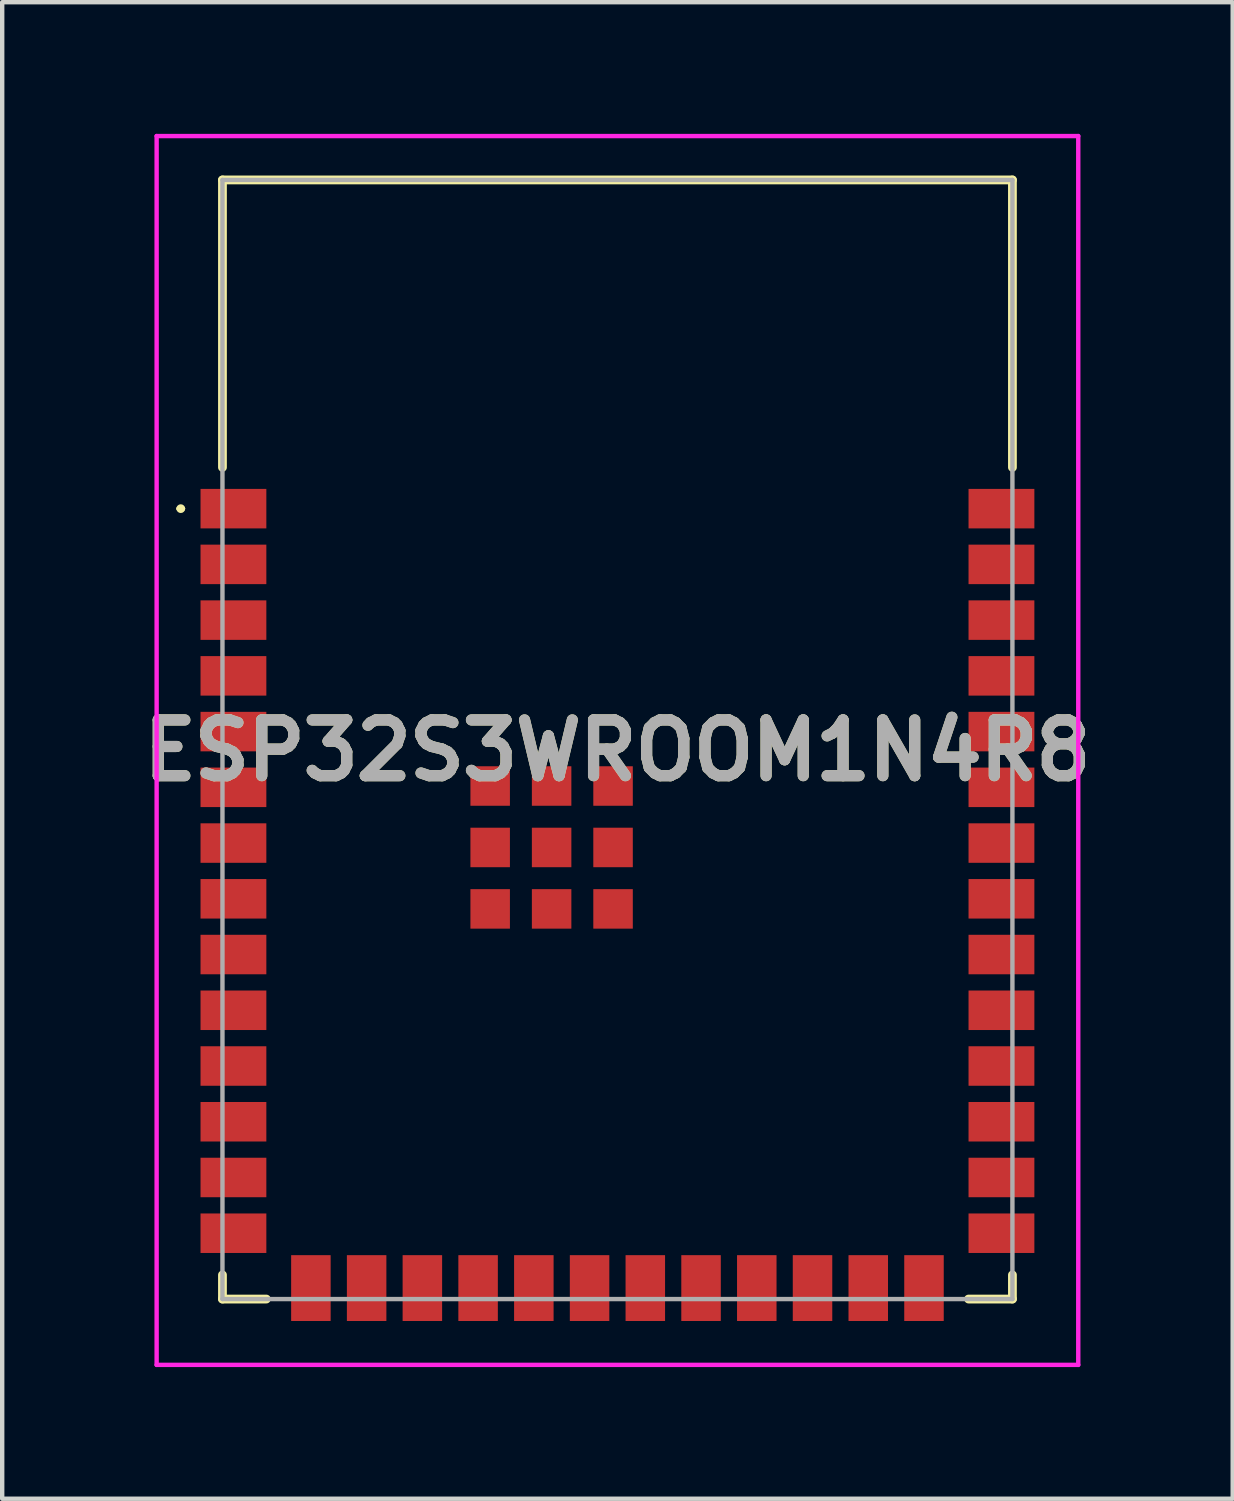
<source format=kicad_pcb>
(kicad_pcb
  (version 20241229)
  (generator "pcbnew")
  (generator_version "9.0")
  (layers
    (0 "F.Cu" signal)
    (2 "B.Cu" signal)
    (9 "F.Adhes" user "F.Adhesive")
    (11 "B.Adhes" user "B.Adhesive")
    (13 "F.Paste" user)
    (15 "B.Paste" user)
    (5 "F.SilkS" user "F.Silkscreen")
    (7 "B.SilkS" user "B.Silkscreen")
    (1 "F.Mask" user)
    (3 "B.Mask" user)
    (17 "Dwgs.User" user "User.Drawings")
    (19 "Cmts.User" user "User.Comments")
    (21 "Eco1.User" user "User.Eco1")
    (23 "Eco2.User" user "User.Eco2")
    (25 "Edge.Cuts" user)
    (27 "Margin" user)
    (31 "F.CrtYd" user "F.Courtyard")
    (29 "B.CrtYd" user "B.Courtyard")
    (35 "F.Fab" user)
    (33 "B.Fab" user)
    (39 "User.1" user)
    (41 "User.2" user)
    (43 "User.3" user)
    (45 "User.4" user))
  (footprint "ESP32S3WROOM1N4R8"
    (layer "F.Cu")
    (at 11.019 14.05)
    (property "Reference" "ESP32S3WROOM1N4R8" (at 0 0 0) (layer "F.SilkS") (effects (font (size 1.27 1.27) (thickness 0.254))))
    (attr smd)
    (fp_line (start -10 -5.51) (end -10 -5.51) (stroke (width 0.1) (type solid)) (layer "F.SilkS"))
    (fp_line (start -9.9 -5.51) (end -9.9 -5.51) (stroke (width 0.1) (type solid)) (layer "F.SilkS"))
    (fp_line (start -9 -13) (end 9 -13) (stroke (width 0.2) (type solid)) (layer "F.SilkS"))
    (fp_line (start -9 -6.45) (end -9 -13) (stroke (width 0.2) (type solid)) (layer "F.SilkS"))
    (fp_line (start -9 11.95) (end -9 12.5) (stroke (width 0.2) (type solid)) (layer "F.SilkS"))
    (fp_line (start -9 12.5) (end -8 12.5) (stroke (width 0.2) (type solid)) (layer "F.SilkS"))
    (fp_line (start 8 12.5) (end 9 12.5) (stroke (width 0.2) (type solid)) (layer "F.SilkS"))
    (fp_line (start 9 -13) (end 9 -6.45) (stroke (width 0.2) (type solid)) (layer "F.SilkS"))
    (fp_line (start 9 12.5) (end 9 11.95) (stroke (width 0.2) (type solid)) (layer "F.SilkS"))
    (fp_arc (start -10 -5.51) (mid -9.95 -5.56) (end -9.9 -5.51) (stroke (width 0.1) (type solid)) (layer "F.SilkS"))
    (fp_arc (start -9.9 -5.51) (mid -9.95 -5.46) (end -10 -5.51) (stroke (width 0.1) (type solid)) (layer "F.SilkS"))
    (fp_line (start -10.5 -14) (end 10.5 -14) (stroke (width 0.1) (type solid)) (layer "F.CrtYd"))
    (fp_line (start -10.5 14) (end -10.5 -14) (stroke (width 0.1) (type solid)) (layer "F.CrtYd"))
    (fp_line (start 10.5 -14) (end 10.5 14) (stroke (width 0.1) (type solid)) (layer "F.CrtYd"))
    (fp_line (start 10.5 14) (end -10.5 14) (stroke (width 0.1) (type solid)) (layer "F.CrtYd"))
    (fp_line (start -9 -13) (end -9 12.5) (stroke (width 0.1) (type solid)) (layer "F.Fab"))
    (fp_line (start -9 12.5) (end 9 12.5) (stroke (width 0.1) (type solid)) (layer "F.Fab"))
    (fp_line (start 9 -13) (end -9 -13) (stroke (width 0.1) (type solid)) (layer "F.Fab"))
    (fp_line (start 9 12.5) (end 9 -13) (stroke (width 0.1) (type solid)) (layer "F.Fab"))
    (fp_text user "${REFERENCE}" (at 0 0 0) (layer "F.Fab") (effects (font (size 1.27 1.27) (thickness 0.254))))
    (pad "1" smd rect (at -8.75 -5.51 90) (size 0.9 1.5) (layers "F.Cu" "F.Mask" "F.Paste"))
    (pad "2" smd rect (at -8.75 -4.24 90) (size 0.9 1.5) (layers "F.Cu" "F.Mask" "F.Paste"))
    (pad "3" smd rect (at -8.75 -2.97 90) (size 0.9 1.5) (layers "F.Cu" "F.Mask" "F.Paste"))
    (pad "4" smd rect (at -8.75 -1.7 90) (size 0.9 1.5) (layers "F.Cu" "F.Mask" "F.Paste"))
    (pad "5" smd rect (at -8.75 -0.43 90) (size 0.9 1.5) (layers "F.Cu" "F.Mask" "F.Paste"))
    (pad "6" smd rect (at -8.75 0.84 90) (size 0.9 1.5) (layers "F.Cu" "F.Mask" "F.Paste"))
    (pad "7" smd rect (at -8.75 2.11 90) (size 0.9 1.5) (layers "F.Cu" "F.Mask" "F.Paste"))
    (pad "8" smd rect (at -8.75 3.38 90) (size 0.9 1.5) (layers "F.Cu" "F.Mask" "F.Paste"))
    (pad "9" smd rect (at -8.75 4.65 90) (size 0.9 1.5) (layers "F.Cu" "F.Mask" "F.Paste"))
    (pad "10" smd rect (at -8.75 5.92 90) (size 0.9 1.5) (layers "F.Cu" "F.Mask" "F.Paste"))
    (pad "11" smd rect (at -8.75 7.19 90) (size 0.9 1.5) (layers "F.Cu" "F.Mask" "F.Paste"))
    (pad "12" smd rect (at -8.75 8.46 90) (size 0.9 1.5) (layers "F.Cu" "F.Mask" "F.Paste"))
    (pad "13" smd rect (at -8.75 9.73 90) (size 0.9 1.5) (layers "F.Cu" "F.Mask" "F.Paste"))
    (pad "14" smd rect (at -8.75 11 90) (size 0.9 1.5) (layers "F.Cu" "F.Mask" "F.Paste"))
    (pad "15" smd rect (at -6.985 12.25) (size 0.9 1.5) (layers "F.Cu" "F.Mask" "F.Paste"))
    (pad "16" smd rect (at -5.715 12.25) (size 0.9 1.5) (layers "F.Cu" "F.Mask" "F.Paste"))
    (pad "17" smd rect (at -4.445 12.25) (size 0.9 1.5) (layers "F.Cu" "F.Mask" "F.Paste"))
    (pad "18" smd rect (at -3.175 12.25) (size 0.9 1.5) (layers "F.Cu" "F.Mask" "F.Paste"))
    (pad "19" smd rect (at -1.905 12.25) (size 0.9 1.5) (layers "F.Cu" "F.Mask" "F.Paste"))
    (pad "20" smd rect (at -0.635 12.25) (size 0.9 1.5) (layers "F.Cu" "F.Mask" "F.Paste"))
    (pad "21" smd rect (at 0.635 12.25) (size 0.9 1.5) (layers "F.Cu" "F.Mask" "F.Paste"))
    (pad "22" smd rect (at 1.905 12.25) (size 0.9 1.5) (layers "F.Cu" "F.Mask" "F.Paste"))
    (pad "23" smd rect (at 3.175 12.25) (size 0.9 1.5) (layers "F.Cu" "F.Mask" "F.Paste"))
    (pad "24" smd rect (at 4.445 12.25) (size 0.9 1.5) (layers "F.Cu" "F.Mask" "F.Paste"))
    (pad "25" smd rect (at 5.715 12.25) (size 0.9 1.5) (layers "F.Cu" "F.Mask" "F.Paste"))
    (pad "26" smd rect (at 6.985 12.25) (size 0.9 1.5) (layers "F.Cu" "F.Mask" "F.Paste"))
    (pad "27" smd rect (at 8.75 11 90) (size 0.9 1.5) (layers "F.Cu" "F.Mask" "F.Paste"))
    (pad "28" smd rect (at 8.75 9.73 90) (size 0.9 1.5) (layers "F.Cu" "F.Mask" "F.Paste"))
    (pad "29" smd rect (at 8.75 8.46 90) (size 0.9 1.5) (layers "F.Cu" "F.Mask" "F.Paste"))
    (pad "30" smd rect (at 8.75 7.19 90) (size 0.9 1.5) (layers "F.Cu" "F.Mask" "F.Paste"))
    (pad "31" smd rect (at 8.75 5.92 90) (size 0.9 1.5) (layers "F.Cu" "F.Mask" "F.Paste"))
    (pad "32" smd rect (at 8.75 4.65 90) (size 0.9 1.5) (layers "F.Cu" "F.Mask" "F.Paste"))
    (pad "33" smd rect (at 8.75 3.38 90) (size 0.9 1.5) (layers "F.Cu" "F.Mask" "F.Paste"))
    (pad "34" smd rect (at 8.75 2.11 90) (size 0.9 1.5) (layers "F.Cu" "F.Mask" "F.Paste"))
    (pad "35" smd rect (at 8.75 0.84 90) (size 0.9 1.5) (layers "F.Cu" "F.Mask" "F.Paste"))
    (pad "36" smd rect (at 8.75 -0.43 90) (size 0.9 1.5) (layers "F.Cu" "F.Mask" "F.Paste"))
    (pad "37" smd rect (at 8.75 -1.7 90) (size 0.9 1.5) (layers "F.Cu" "F.Mask" "F.Paste"))
    (pad "38" smd rect (at 8.75 -2.97 90) (size 0.9 1.5) (layers "F.Cu" "F.Mask" "F.Paste"))
    (pad "39" smd rect (at 8.75 -4.24 90) (size 0.9 1.5) (layers "F.Cu" "F.Mask" "F.Paste"))
    (pad "40" smd rect (at 8.75 -5.51 90) (size 0.9 1.5) (layers "F.Cu" "F.Mask" "F.Paste"))
    (pad "41" smd rect (at -1.5 2.21 90) (size 0.9 0.9) (layers "F.Cu" "F.Mask" "F.Paste"))
    (pad "42" smd rect (at -2.9 0.81 90) (size 0.9 0.9) (layers "F.Cu" "F.Mask" "F.Paste"))
    (pad "43" smd rect (at -2.9 2.21 90) (size 0.9 0.9) (layers "F.Cu" "F.Mask" "F.Paste"))
    (pad "44" smd rect (at -2.9 3.61 90) (size 0.9 0.9) (layers "F.Cu" "F.Mask" "F.Paste"))
    (pad "45" smd rect (at -1.5 3.61 90) (size 0.9 0.9) (layers "F.Cu" "F.Mask" "F.Paste"))
    (pad "46" smd rect (at -0.1 3.61 90) (size 0.9 0.9) (layers "F.Cu" "F.Mask" "F.Paste"))
    (pad "47" smd rect (at -0.1 2.21 90) (size 0.9 0.9) (layers "F.Cu" "F.Mask" "F.Paste"))
    (pad "48" smd rect (at -0.1 0.81 90) (size 0.9 0.9) (layers "F.Cu" "F.Mask" "F.Paste"))
    (pad "49" smd rect (at -1.5 0.81 90) (size 0.9 0.9) (layers "F.Cu" "F.Mask" "F.Paste")))
  (gr_rect
    (start -3 -3)
    (end 25.038 31.1)
    (stroke (width 0.1) (type default))
    (fill no)
    (layer "Edge.Cuts")))
</source>
